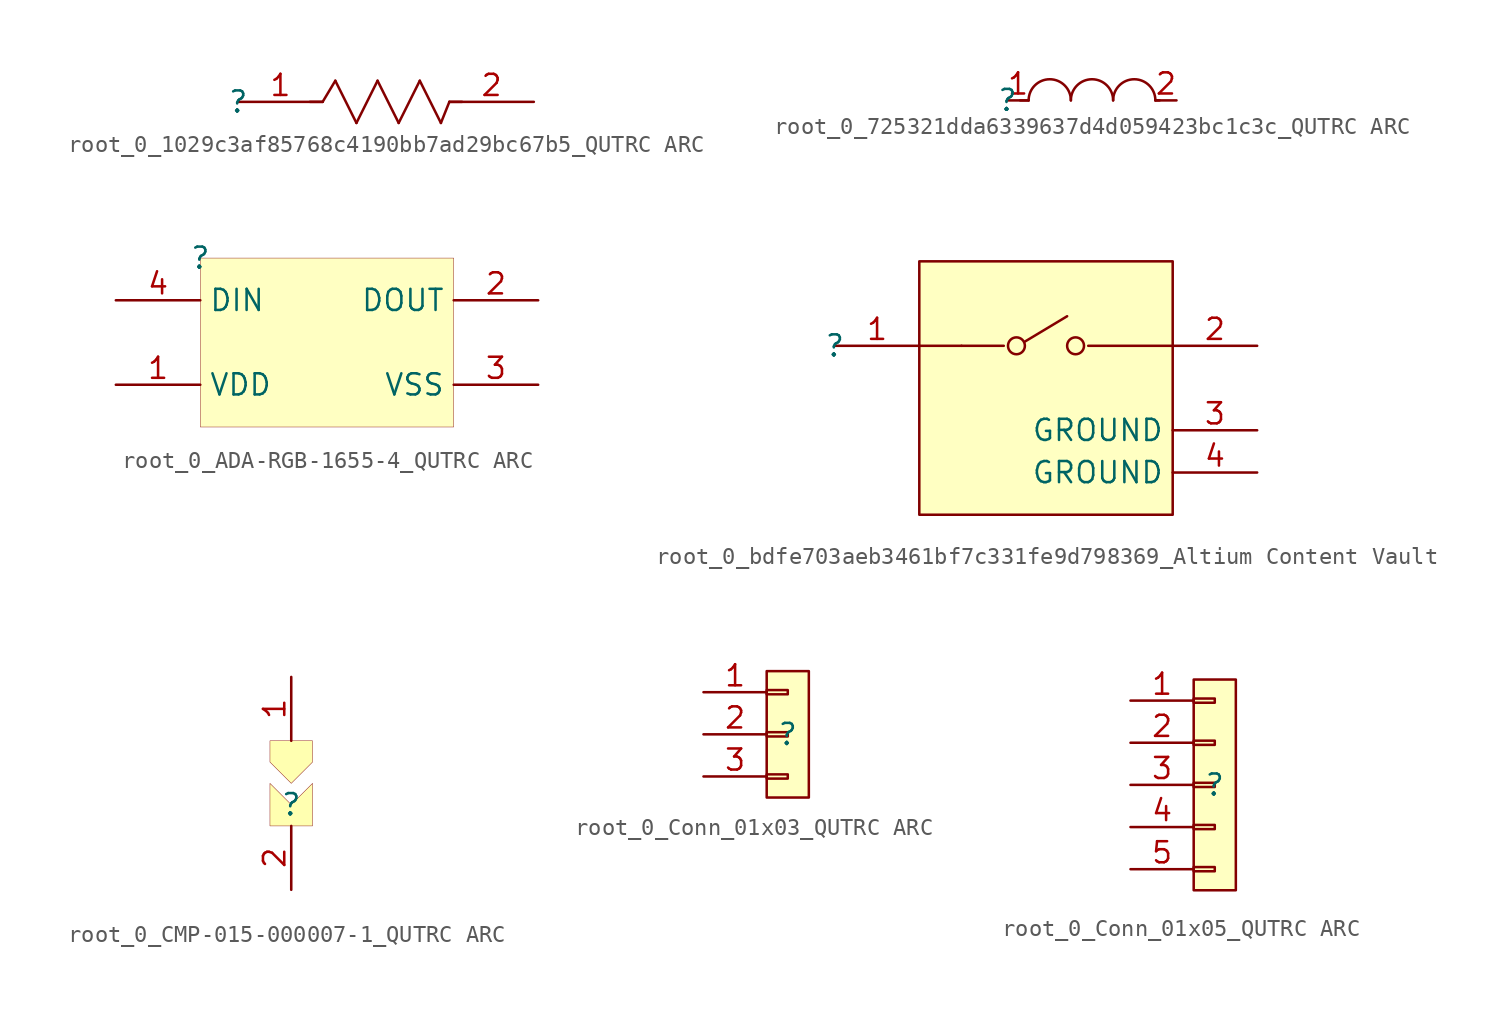
<source format=kicad_sym>
(kicad_symbol_lib
  (version 20241209)
  (generator "kicad_symbol_editor")
  (generator_version "9.99")
  (symbol "root_0_1029c3af85768c4190bb7ad29bc67b5_QUTRC ARC"
    (pin_names
      (hide yes))
    (property "Reference" ""
      (at 0 0 0)
      (effects (font (size 1.27 1.27))))
    (property "Value" ""
      (at 0 0 0)
      (effects (font (size 1.27 1.27))))
    (symbol "root_0_1029c3af85768c4190bb7ad29bc67b5_QUTRC ARC_1_0"
      (polyline (pts (xy 5.08 0) (xy 4.318 0)) (stroke (width 0) (type solid)) (fill (type none)))
      (polyline (pts (xy 5.08 0) (xy 5.842 1.27)) (stroke (width 0) (type solid)) (fill (type none)))
      (polyline (pts (xy 5.842 1.27) (xy 7.112 -1.27)) (stroke (width 0) (type solid)) (fill (type none)))
      (polyline (pts (xy 7.112 -1.27) (xy 8.382 1.27)) (stroke (width 0) (type solid)) (fill (type none)))
      (polyline (pts (xy 8.382 1.27) (xy 9.652 -1.27)) (stroke (width 0) (type solid)) (fill (type none)))
      (polyline (pts (xy 9.652 -1.27) (xy 10.922 1.27)) (stroke (width 0) (type solid)) (fill (type none)))
      (polyline (pts (xy 10.922 1.27) (xy 12.192 -1.27)) (stroke (width 0) (type solid)) (fill (type none)))
      (polyline (pts (xy 12.192 -1.27) (xy 12.7 0)) (stroke (width 0) (type solid)) (fill (type none)))
      (polyline (pts (xy 12.7 0) (xy 13.462 0)) (stroke (width 0) (type solid)) (fill (type none)))
      (pin passive line (at 0 0 0) (length 5.08) (name "1" (effects (font (size 1.27 1.27)))) (number "1" (effects (font (size 1.27 1.27)))))
      (pin passive line (at 17.78 0 180) (length 5.08) (name "2" (effects (font (size 1.27 1.27)))) (number "2" (effects (font (size 1.27 1.27)))))))
  (symbol "root_0_725321dda6339637d4d059423bc1c3c_QUTRC ARC"
    (pin_names
      (hide yes))
    (property "Reference" ""
      (at 0 0 0)
      (effects (font (size 1.27 1.27))))
    (property "Value" ""
      (at 0 0 0)
      (effects (font (size 1.27 1.27))))
    (symbol "root_0_725321dda6339637d4d059423bc1c3c_QUTRC ARC_1_0"
      (polyline (pts (xy 1.27 0) (xy 0.762 0)) (stroke (width 0) (type solid)) (fill (type none)))
      (arc (start 1.27 0) (mid 2.54 1.27) (end 3.81 0) (stroke (width 0) (type solid)) (fill (type none)))
      (arc (start 3.81 0) (mid 5.08 1.27) (end 6.35 0) (stroke (width 0) (type solid)) (fill (type none)))
      (arc (start 6.35 0) (mid 7.62 1.27) (end 8.89 0) (stroke (width 0) (type solid)) (fill (type none)))
      (polyline (pts (xy 8.89 0) (xy 9.144 0)) (stroke (width 0) (type solid)) (fill (type none)))
      (pin passive line (at 0 0 0) (length 1.27) (name "1" (effects (font (size 1.27 1.27)))) (number "1" (effects (font (size 1.27 1.27)))))
      (pin passive line (at 10.16 0 180) (length 1.27) (name "2" (effects (font (size 1.27 1.27)))) (number "2" (effects (font (size 1.27 1.27)))))))
  (symbol "root_0_ADA-RGB-1655-4_QUTRC ARC"
    (property "Reference" ""
      (at 0 0 0)
      (effects (font (size 1.27 1.27))))
    (property "Value" ""
      (at 0 0 0)
      (effects (font (size 1.27 1.27))))
    (symbol "root_0_ADA-RGB-1655-4_QUTRC ARC_1_0"
      (rectangle (start 15.24 0) (end 0 -10.16) (stroke (width 0.025) (type solid) (color 128 0 0 1)) (fill (type background)))
      (pin input line (at -5.08 -2.54 0) (length 5.08) (name "DIN" (effects (font (size 1.27 1.27)))) (number "4" (effects (font (size 1.27 1.27)))))
      (pin power_in line (at -5.08 -7.62 0) (length 5.08) (name "VDD" (effects (font (size 1.27 1.27)))) (number "1" (effects (font (size 1.27 1.27)))))
      (pin output line (at 20.32 -2.54 180) (length 5.08) (name "DOUT" (effects (font (size 1.27 1.27)))) (number "2" (effects (font (size 1.27 1.27)))))
      (pin power_in line (at 20.32 -7.62 180) (length 5.08) (name "VSS" (effects (font (size 1.27 1.27)))) (number "3" (effects (font (size 1.27 1.27)))))))
  (symbol "root_0_bdfe703aeb3461bf7c331fe9d798369_Altium Content Vault"
    (property "Reference" ""
      (at 0 0 0)
      (effects (font (size 1.27 1.27))))
    (property "Value" ""
      (at 0 0 0)
      (effects (font (size 1.27 1.27))))
    (symbol "root_0_bdfe703aeb3461bf7c331fe9d798369_Altium Content Vault_1_0"
      (polyline (pts (xy 5.08 0) (xy 7.62 0)) (stroke (width 0) (type solid)) (fill (type none)))
      (polyline (pts (xy 7.62 0) (xy 10.16 0)) (stroke (width 0) (type solid)) (fill (type none)))
      (circle (center 10.922 0) (radius 0.508) (stroke (width 0) (type solid)) (fill (type none)))
      (polyline (pts (xy 11.43 0.254) (xy 13.97 1.778)) (stroke (width 0) (type solid)) (fill (type none)))
      (circle (center 14.478 0) (radius 0.508) (stroke (width 0) (type solid)) (fill (type none)))
      (rectangle (start 20.32 5.08) (end 5.08 -10.16) (stroke (width 0) (type solid) (color 128 0 0 1)) (fill (type background)))
      (polyline (pts (xy 20.32 0) (xy 15.24 0)) (stroke (width 0) (type solid)) (fill (type none)))
      (pin passive line (at 0 0 0) (length 5.08) (name "1" (effects (font (size 0 0)))) (number "1" (effects (font (size 1.27 1.27)))))
      (pin passive line (at 25.4 0 180) (length 5.08) (name "2" (effects (font (size 0 0)))) (number "2" (effects (font (size 1.27 1.27)))))
      (pin power_in line (at 25.4 -5.08 180) (length 5.08) (name "GROUND" (effects (font (size 1.27 1.27)))) (number "3" (effects (font (size 1.27 1.27)))))
      (pin power_in line (at 25.4 -7.62 180) (length 5.08) (name "GROUND" (effects (font (size 1.27 1.27)))) (number "4" (effects (font (size 1.27 1.27)))))))
  (symbol "root_0_CMP-015-000007-1_QUTRC ARC"
    (pin_names
      (hide yes))
    (property "Reference" ""
      (at 0 0 0)
      (effects (font (size 1.27 1.27))))
    (property "Value" ""
      (at 0 0 0)
      (effects (font (size 1.27 1.27))))
    (symbol "root_0_CMP-015-000007-1_QUTRC ARC_1_0"
      (polyline (pts (xy -1.27 3.81) (xy 1.27 3.81) (xy 1.27 2.54) (xy 0 1.27) (xy -1.27 2.54) (xy -1.27 3.81)) (stroke (width 0.025) (type solid) (color 128 0 0 1)) (fill (type color) (color 255 255 176 1)))
      (polyline (pts (xy 1.27 1.27) (xy 0 0) (xy -1.27 1.27) (xy -1.27 -1.27) (xy 1.27 -1.27) (xy 1.27 1.27)) (stroke (width 0.025) (type solid) (color 128 0 0 1)) (fill (type color) (color 255 255 176 1)))
      (pin passive line (at 0 7.62 270) (length 3.81) (name "1" (effects (font (size 1.27 1.27)))) (number "1" (effects (font (size 1.27 1.27)))))
      (pin passive line (at 0 -5.08 90) (length 3.81) (name "2" (effects (font (size 1.27 1.27)))) (number "2" (effects (font (size 1.27 1.27)))))))
  (symbol "root_0_Conn_01x03_QUTRC ARC"
    (pin_names
      (hide yes))
    (property "Reference" ""
      (at 0 0 0)
      (effects (font (size 1.27 1.27))))
    (property "Value" ""
      (at 0 0 0)
      (effects (font (size 1.27 1.27))))
    (symbol "root_0_Conn_01x03_QUTRC ARC_1_0"
      (rectangle (start 0 2.667) (end -1.27 2.413) (stroke (width 0) (type solid)) (fill (type none)))
      (rectangle (start 0 0.127) (end -1.27 -0.127) (stroke (width 0) (type solid)) (fill (type none)))
      (rectangle (start 0 -2.413) (end -1.27 -2.667) (stroke (width 0) (type solid)) (fill (type none)))
      (rectangle (start 1.27 3.81) (end -1.27 -3.81) (stroke (width 0) (type solid) (color 132 0 0 1)) (fill (type color) (color 255 255 194 1)))
      (pin passive line (at -5.08 2.54 0) (length 3.81) (name "Pin_1" (effects (font (size 1.27 1.27)))) (number "1" (effects (font (size 1.27 1.27)))))
      (pin passive line (at -5.08 0 0) (length 3.81) (name "Pin_2" (effects (font (size 1.27 1.27)))) (number "2" (effects (font (size 1.27 1.27)))))
      (pin passive line (at -5.08 -2.54 0) (length 3.81) (name "Pin_3" (effects (font (size 1.27 1.27)))) (number "3" (effects (font (size 1.27 1.27)))))))
  (symbol "root_0_Conn_01x05_QUTRC ARC"
    (pin_names
      (hide yes))
    (property "Reference" ""
      (at 0 0 0)
      (effects (font (size 1.27 1.27))))
    (property "Value" ""
      (at 0 0 0)
      (effects (font (size 1.27 1.27))))
    (symbol "root_0_Conn_01x05_QUTRC ARC_1_0"
      (rectangle (start 0 5.207) (end -1.27 4.953) (stroke (width 0) (type solid)) (fill (type none)))
      (rectangle (start 0 2.667) (end -1.27 2.413) (stroke (width 0) (type solid)) (fill (type none)))
      (rectangle (start 0 0.127) (end -1.27 -0.127) (stroke (width 0) (type solid)) (fill (type none)))
      (rectangle (start 0 -2.413) (end -1.27 -2.667) (stroke (width 0) (type solid)) (fill (type none)))
      (rectangle (start 0 -4.953) (end -1.27 -5.207) (stroke (width 0) (type solid)) (fill (type none)))
      (rectangle (start 1.27 6.35) (end -1.27 -6.35) (stroke (width 0) (type solid) (color 132 0 0 1)) (fill (type color) (color 255 255 194 1)))
      (pin passive line (at -5.08 5.08 0) (length 3.81) (name "Pin_1" (effects (font (size 1.27 1.27)))) (number "1" (effects (font (size 1.27 1.27)))))
      (pin passive line (at -5.08 2.54 0) (length 3.81) (name "Pin_2" (effects (font (size 1.27 1.27)))) (number "2" (effects (font (size 1.27 1.27)))))
      (pin passive line (at -5.08 0 0) (length 3.81) (name "Pin_3" (effects (font (size 1.27 1.27)))) (number "3" (effects (font (size 1.27 1.27)))))
      (pin passive line (at -5.08 -2.54 0) (length 3.81) (name "Pin_4" (effects (font (size 1.27 1.27)))) (number "4" (effects (font (size 1.27 1.27)))))
      (pin passive line (at -5.08 -5.08 0) (length 3.81) (name "Pin_5" (effects (font (size 1.27 1.27)))) (number "5" (effects (font (size 1.27 1.27))))))))
</source>
